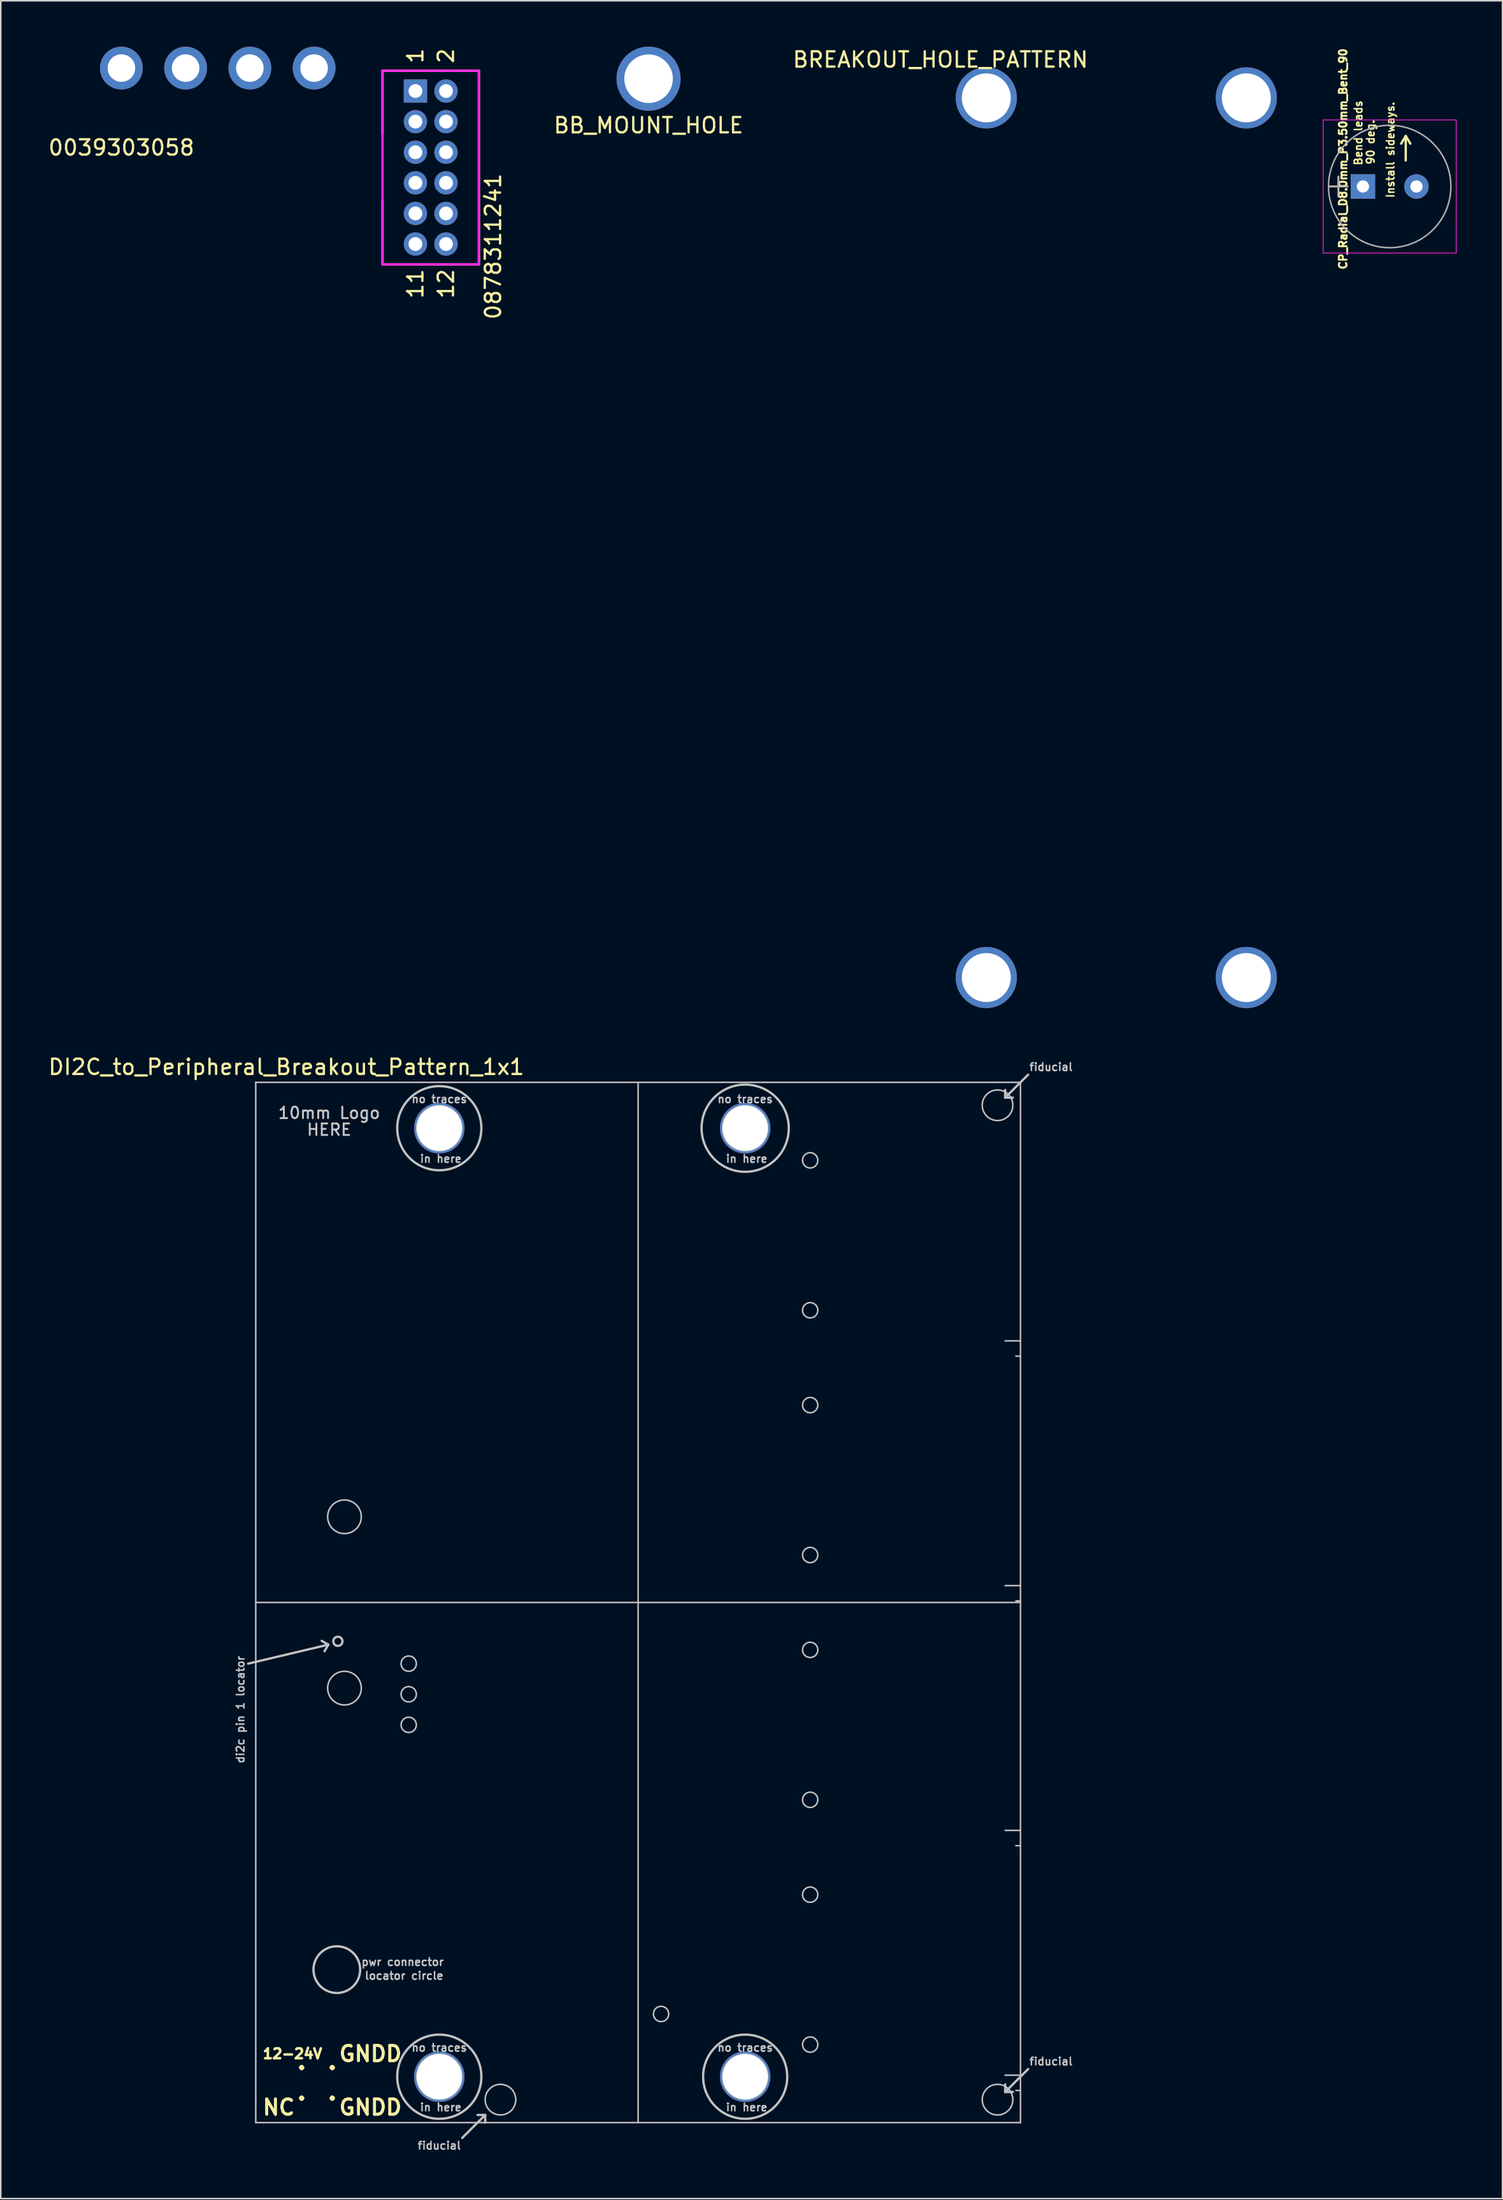
<source format=kicad_pcb>
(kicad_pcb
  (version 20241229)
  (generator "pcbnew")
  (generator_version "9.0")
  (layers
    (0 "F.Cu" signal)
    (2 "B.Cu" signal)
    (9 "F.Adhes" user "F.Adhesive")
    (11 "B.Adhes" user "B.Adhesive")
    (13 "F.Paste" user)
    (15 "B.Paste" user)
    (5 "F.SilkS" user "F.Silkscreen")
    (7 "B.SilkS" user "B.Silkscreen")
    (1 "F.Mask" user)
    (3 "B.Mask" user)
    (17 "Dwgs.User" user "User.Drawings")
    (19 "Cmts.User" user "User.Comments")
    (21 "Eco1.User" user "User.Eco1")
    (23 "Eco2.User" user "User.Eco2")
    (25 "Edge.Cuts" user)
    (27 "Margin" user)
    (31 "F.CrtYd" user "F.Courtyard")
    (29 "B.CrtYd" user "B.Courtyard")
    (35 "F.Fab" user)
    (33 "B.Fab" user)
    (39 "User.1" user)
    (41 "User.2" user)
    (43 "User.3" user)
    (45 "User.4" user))
  (footprint "BREAKOUT_HOLE_PATTERN"
    (layer "F.Cu")
    (at 58.439 0.348)
    (property "Reference" "BREAKOUT_HOLE_PATTERN" (at 0 0.5 0) (layer "F.SilkS") (effects (font (size 1 1) (thickness 0.15))))
    (attr through_hole)
    (pad "" thru_hole circle (at 3 3) (size 4 4) (drill 3.2) (layers "*.Cu" "*.Mask"))
    (pad "" thru_hole circle (at 3 60.5) (size 4 4) (drill 3.2) (layers "*.Cu" "*.Mask"))
    (pad "" thru_hole circle (at 20 3) (size 4 4) (drill 3.2) (layers "*.Cu" "*.Mask"))
    (pad "" thru_hole circle (at 20 60.5) (size 4 4) (drill 3.2) (layers "*.Cu" "*.Mask")))
  (footprint "BB_MOUNT_HOLE"
    (layer "F.Cu")
    (at 39.356 2.095)
    (property "Reference" "BB_MOUNT_HOLE" (at 0 3.048 0) (layer "F.SilkS") (effects (font (size 1 1) (thickness 0.15))))
    (attr through_hole)
    (pad "" thru_hole circle (at 0 0) (size 4.191 4.191) (drill 3.175) (layers "*.Cu" "*.Mask")))
  (footprint "CP_Radial_D8.0mm_P3.50mm_Bent_90"
    (layer "F.Cu")
    (at 86.064 9.14)
    (property "Reference" "CP_Radial_D8.0mm_P3.50mm_Bent_90" (at -1.3 -1.8 90) (layer "F.SilkS") (effects (font (size 0.5 0.5) (thickness 0.125))))
    (attr through_hole)
    (fp_line (start -2.2 0) (end -1 0) (stroke (width 0.12) (type solid)) (layer "F.SilkS"))
    (fp_line (start -1.6 -0.65) (end -1.6 0.65) (stroke (width 0.12) (type solid)) (layer "F.SilkS"))
    (fp_line (start 2.8 -3.3) (end 2.5 -2.8) (stroke (width 0.15) (type solid)) (layer "F.SilkS"))
    (fp_line (start 2.8 -1.7) (end 2.8 -3.3) (stroke (width 0.15) (type solid)) (layer "F.SilkS"))
    (fp_line (start 3.1 -2.8) (end 2.8 -3.3) (stroke (width 0.15) (type solid)) (layer "F.SilkS"))
    (fp_line (start -2.6 -4.35) (end -2.6 4.35) (stroke (width 0.05) (type solid)) (layer "F.CrtYd"))
    (fp_line (start -2.6 4.35) (end 6.1 4.35) (stroke (width 0.05) (type solid)) (layer "F.CrtYd"))
    (fp_line (start 6.1 -4.35) (end -2.6 -4.35) (stroke (width 0.05) (type solid)) (layer "F.CrtYd"))
    (fp_line (start 6.1 4.35) (end 6.1 -4.35) (stroke (width 0.05) (type solid)) (layer "F.CrtYd"))
    (fp_line (start -2.2 0) (end -1 0) (stroke (width 0.1) (type solid)) (layer "F.Fab"))
    (fp_line (start -1.6 -0.65) (end -1.6 0.65) (stroke (width 0.1) (type solid)) (layer "F.Fab"))
    (fp_circle (center 1.75 0) (end 5.75 0) (stroke (width 0.1) (type solid)) (fill no) (layer "F.Fab"))
    (fp_text user "Bend leads" (at -0.3 -3.5 90) (layer "F.SilkS") (effects (font (size 0.5 0.5) (thickness 0.1))))
    (fp_text user "90 deg." (at 0.5 -2.9 90) (layer "F.SilkS") (effects (font (size 0.5 0.5) (thickness 0.1))))
    (fp_text user "Install sideways." (at 1.8 -2.4 90) (layer "F.SilkS") (effects (font (size 0.5 0.5) (thickness 0.1))))
    (pad "1" thru_hole rect (at 0 0) (size 1.6 1.6) (drill 0.8) (layers "*.Cu" "*.Mask"))
    (pad "2" thru_hole circle (at 3.5 0) (size 1.6 1.6) (drill 0.8) (layers "*.Cu" "*.Mask")))
  (footprint "DI2C_to_Peripheral_Breakout_Pattern_1x1"
    (layer "F.Cu")
    (at 13.673 135.696)
    (property "Reference" "DI2C_to_Peripheral_Breakout_Pattern_1x1" (at 2 -69 0) (layer "F.SilkS") (effects (font (size 1 1) (thickness 0.15))))
    (attr through_hole)
    (fp_line (start 0 -68) (end 0 0) (stroke (width 0.1) (type solid)) (layer "Dwgs.User"))
    (fp_line (start 0 -34) (end 50 -34) (stroke (width 0.1) (type solid)) (layer "Dwgs.User"))
    (fp_line (start 0 0) (end 50 0) (stroke (width 0.1) (type solid)) (layer "Dwgs.User"))
    (fp_line (start 4.744 -31.242) (end -0.5 -30) (stroke (width 0.15) (type solid)) (layer "Dwgs.User"))
    (fp_line (start 4.744 -31.242) (end 4.31 -31.492) (stroke (width 0.15) (type solid)) (layer "Dwgs.User"))
    (fp_line (start 4.744 -31.242) (end 4.494 -30.809) (stroke (width 0.15) (type solid)) (layer "Dwgs.User"))
    (fp_line (start 15 -0.5) (end 13.5 1) (stroke (width 0.15) (type solid)) (layer "Dwgs.User"))
    (fp_line (start 15 -0.5) (end 14.5 -0.5) (stroke (width 0.15) (type solid)) (layer "Dwgs.User"))
    (fp_line (start 15 -0.5) (end 15 0) (stroke (width 0.15) (type solid)) (layer "Dwgs.User"))
    (fp_line (start 25 -68) (end 25 0) (stroke (width 0.1) (type solid)) (layer "Dwgs.User"))
    (fp_line (start 49 -67) (end 49 -67.5) (stroke (width 0.15) (type solid)) (layer "Dwgs.User"))
    (fp_line (start 49 -67) (end 49.5 -67) (stroke (width 0.15) (type solid)) (layer "Dwgs.User"))
    (fp_line (start 49 -67) (end 50.5 -68.5) (stroke (width 0.15) (type solid)) (layer "Dwgs.User"))
    (fp_line (start 49 -2) (end 49 -2.5) (stroke (width 0.15) (type solid)) (layer "Dwgs.User"))
    (fp_line (start 49 -2) (end 49.5 -2) (stroke (width 0.15) (type solid)) (layer "Dwgs.User"))
    (fp_line (start 49 -2) (end 50.5 -3.5) (stroke (width 0.15) (type solid)) (layer "Dwgs.User"))
    (fp_line (start 50 -68) (end 0 -68) (stroke (width 0.1) (type solid)) (layer "Dwgs.User"))
    (fp_line (start 50 -51.1) (end 49 -51.1) (stroke (width 0.1) (type solid)) (layer "Dwgs.User"))
    (fp_line (start 50 -50.1) (end 49.7 -50.1) (stroke (width 0.1) (type solid)) (layer "Dwgs.User"))
    (fp_line (start 50 -35.1) (end 49 -35.1) (stroke (width 0.1) (type solid)) (layer "Dwgs.User"))
    (fp_line (start 50 -34.1) (end 49.7 -34.1) (stroke (width 0.1) (type solid)) (layer "Dwgs.User"))
    (fp_line (start 50 -19.1) (end 49 -19.1) (stroke (width 0.1) (type solid)) (layer "Dwgs.User"))
    (fp_line (start 50 -18.1) (end 49.7 -18.1) (stroke (width 0.1) (type solid)) (layer "Dwgs.User"))
    (fp_line (start 50 -3.1) (end 49 -3.1) (stroke (width 0.1) (type solid)) (layer "Dwgs.User"))
    (fp_line (start 50 -2.1) (end 49.7 -2.1) (stroke (width 0.1) (type solid)) (layer "Dwgs.User"))
    (fp_line (start 50 0) (end 50 -68) (stroke (width 0.1) (type solid)) (layer "Dwgs.User"))
    (fp_circle (center 5.3 -10) (end 6.6 -10.8) (stroke (width 0.15) (type solid)) (fill no) (layer "Dwgs.User"))
    (fp_circle (center 5.37 -31.46) (end 5.37 -31.76) (stroke (width 0.15) (type solid)) (fill no) (layer "Dwgs.User"))
    (fp_circle (center 5.8 -39.6) (end 6.9 -39.6) (stroke (width 0.1) (type solid)) (fill no) (layer "Dwgs.User"))
    (fp_circle (center 5.8 -28.4) (end 6.9 -28.4) (stroke (width 0.1) (type solid)) (fill no) (layer "Dwgs.User"))
    (fp_circle (center 10 -30) (end 10 -29.5) (stroke (width 0.1) (type solid)) (fill no) (layer "Dwgs.User"))
    (fp_circle (center 10 -28) (end 10 -27.5) (stroke (width 0.1) (type solid)) (fill no) (layer "Dwgs.User"))
    (fp_circle (center 10 -26) (end 10 -25.5) (stroke (width 0.1) (type solid)) (fill no) (layer "Dwgs.User"))
    (fp_circle (center 12 -65) (end 13.473 -65) (stroke (width 0.1) (type solid)) (fill no) (layer "Dwgs.User"))
    (fp_circle (center 12 -65) (end 14.75 -65) (stroke (width 0.15) (type solid)) (fill no) (layer "Dwgs.User"))
    (fp_circle (center 12 -3) (end 13.473 -3) (stroke (width 0.1) (type solid)) (fill no) (layer "Dwgs.User"))
    (fp_circle (center 12 -3) (end 14.75 -3) (stroke (width 0.15) (type solid)) (fill no) (layer "Dwgs.User"))
    (fp_circle (center 16 -1.5) (end 17 -1.5) (stroke (width 0.1) (type solid)) (fill no) (layer "Dwgs.User"))
    (fp_circle (center 26.5 -7.1) (end 26.5 -6.6) (stroke (width 0.1) (type solid)) (fill no) (layer "Dwgs.User"))
    (fp_circle (center 32 -65) (end 33.473 -65) (stroke (width 0.1) (type solid)) (fill no) (layer "Dwgs.User"))
    (fp_circle (center 32 -65) (end 34.75 -65.75) (stroke (width 0.15) (type solid)) (fill no) (layer "Dwgs.User"))
    (fp_circle (center 32 -3) (end 33.473 -3) (stroke (width 0.1) (type solid)) (fill no) (layer "Dwgs.User"))
    (fp_circle (center 32 -3) (end 34.75 -3) (stroke (width 0.15) (type solid)) (fill no) (layer "Dwgs.User"))
    (fp_circle (center 36.25 -62.9) (end 36.25 -62.4) (stroke (width 0.1) (type solid)) (fill no) (layer "Dwgs.User"))
    (fp_circle (center 36.25 -53.1) (end 36.25 -52.6) (stroke (width 0.1) (type solid)) (fill no) (layer "Dwgs.User"))
    (fp_circle (center 36.25 -46.9) (end 36.25 -46.4) (stroke (width 0.1) (type solid)) (fill no) (layer "Dwgs.User"))
    (fp_circle (center 36.25 -37.1) (end 36.25 -36.6) (stroke (width 0.1) (type solid)) (fill no) (layer "Dwgs.User"))
    (fp_circle (center 36.25 -30.9) (end 36.25 -30.4) (stroke (width 0.1) (type solid)) (fill no) (layer "Dwgs.User"))
    (fp_circle (center 36.25 -21.1) (end 36.25 -20.6) (stroke (width 0.1) (type solid)) (fill no) (layer "Dwgs.User"))
    (fp_circle (center 36.25 -14.9) (end 36.25 -14.4) (stroke (width 0.1) (type solid)) (fill no) (layer "Dwgs.User"))
    (fp_circle (center 36.25 -5.1) (end 36.25 -4.6) (stroke (width 0.1) (type solid)) (fill no) (layer "Dwgs.User"))
    (fp_circle (center 48.5 -66.5) (end 49.5 -66.5) (stroke (width 0.1) (type solid)) (fill no) (layer "Dwgs.User"))
    (fp_circle (center 48.5 -1.5) (end 49.5 -1.5) (stroke (width 0.1) (type solid)) (fill no) (layer "Dwgs.User"))
    (fp_text user "." (at 3 -4 0) (layer "F.SilkS") (effects (font (size 1 1) (thickness 0.25))))
    (fp_text user "GNDD" (at 7.5 -1 0) (layer "F.SilkS") (effects (font (size 1 1) (thickness 0.2))))
    (fp_text user "." (at 5 -2 0) (layer "F.SilkS") (effects (font (size 1 1) (thickness 0.25))))
    (fp_text user "." (at 3 -2 0) (layer "F.SilkS") (effects (font (size 1 1) (thickness 0.25))))
    (fp_text user "NC" (at 1.5 -1 0) (layer "F.SilkS") (effects (font (size 1 1) (thickness 0.2))))
    (fp_text user "GNDD" (at 7.5 -4.5 0) (layer "F.SilkS") (effects (font (size 1 1) (thickness 0.2))))
    (fp_text user "." (at 5 -4 0) (layer "F.SilkS") (effects (font (size 1 1) (thickness 0.25))))
    (fp_text user "12-24V" (at 2.4 -4.5 0) (layer "F.SilkS") (effects (font (size 0.65 0.65) (thickness 0.163))))
    (fp_text user "10mm Logo" (at 4.8 -66 0) (layer "Dwgs.User") (effects (font (size 0.75 0.75) (thickness 0.125))))
    (fp_text user "di2c pin 1 locator" (at -1 -27 90) (layer "Dwgs.User") (effects (font (size 0.5 0.5) (thickness 0.1))))
    (fp_text user "in here" (at 12.1 -1 0) (layer "Dwgs.User") (effects (font (size 0.5 0.5) (thickness 0.1))))
    (fp_text user "fiducial" (at 52 -4 0) (layer "Dwgs.User") (effects (font (size 0.5 0.5) (thickness 0.1))))
    (fp_text user "in here" (at 12.1 -63 0) (layer "Dwgs.User") (effects (font (size 0.5 0.5) (thickness 0.1))))
    (fp_text user "locator circle" (at 9.7 -9.6 0) (layer "Dwgs.User") (effects (font (size 0.5 0.5) (thickness 0.1))))
    (fp_text user "in here" (at 32.1 -1 0) (layer "Dwgs.User") (effects (font (size 0.5 0.5) (thickness 0.1))))
    (fp_text user "pwr connector" (at 9.6 -10.5 0) (layer "Dwgs.User") (effects (font (size 0.5 0.5) (thickness 0.1))))
    (fp_text user "no traces" (at 32 -66.9 0) (layer "Dwgs.User") (effects (font (size 0.5 0.5) (thickness 0.1))))
    (fp_text user "HERE" (at 4.8 -64.9 0) (layer "Dwgs.User") (effects (font (size 0.75 0.75) (thickness 0.125))))
    (fp_text user "in here" (at 32.1 -63 0) (layer "Dwgs.User") (effects (font (size 0.5 0.5) (thickness 0.1))))
    (fp_text user "fiducial" (at 12 1.5 180) (layer "Dwgs.User") (effects (font (size 0.5 0.5) (thickness 0.1))))
    (fp_text user "no traces" (at 32 -4.9 0) (layer "Dwgs.User") (effects (font (size 0.5 0.5) (thickness 0.1))))
    (fp_text user "fiducial" (at 52 -69 0) (layer "Dwgs.User") (effects (font (size 0.5 0.5) (thickness 0.1))))
    (fp_text user "no traces" (at 12 -66.9 0) (layer "Dwgs.User") (effects (font (size 0.5 0.5) (thickness 0.1))))
    (fp_text user "no traces" (at 12 -4.9 0) (layer "Dwgs.User") (effects (font (size 0.5 0.5) (thickness 0.1))))
    (pad "" np_thru_hole circle (at 12 -65) (size 3.302 3.302) (drill 2.946) (layers "*.Cu"))
    (pad "" np_thru_hole circle (at 12 -3) (size 3.302 3.302) (drill 2.946) (layers "*.Cu"))
    (pad "" np_thru_hole circle (at 32 -65) (size 3.302 3.302) (drill 2.946) (layers "*.Cu"))
    (pad "" np_thru_hole circle (at 32 -3) (size 3.302 3.302) (drill 2.946) (layers "*.Cu")))
  (footprint "0878311241"
    (layer "F.Cu")
    (at 25.112 7.901)
    (property "Reference" "0878311241" (at 4.08 5.16 270) (layer "F.SilkS") (effects (font (size 1 1) (thickness 0.15))))
    (attr smd)
    (fp_line (start -3.15 -6.325) (end -3.15 -2.162) (stroke (width 0.15) (type solid)) (layer "F.SilkS"))
    (fp_line (start -3.15 -6.325) (end 3.15 -6.325) (stroke (width 0.15) (type solid)) (layer "F.SilkS"))
    (fp_line (start -3.15 6.325) (end -3.15 2.162) (stroke (width 0.15) (type solid)) (layer "F.SilkS"))
    (fp_line (start 3.15 -6.325) (end 3.15 6.325) (stroke (width 0.15) (type solid)) (layer "F.SilkS"))
    (fp_line (start 3.15 6.325) (end -3.15 6.325) (stroke (width 0.15) (type solid)) (layer "F.SilkS"))
    (fp_line (start -3.15 -6.325) (end 3.15 -6.325) (stroke (width 0.15) (type solid)) (layer "F.CrtYd"))
    (fp_line (start -3.15 6.325) (end -3.15 -6.325) (stroke (width 0.15) (type solid)) (layer "F.CrtYd"))
    (fp_line (start 3.15 -6.325) (end 3.15 6.325) (stroke (width 0.15) (type solid)) (layer "F.CrtYd"))
    (fp_line (start 3.15 6.325) (end -3.15 6.325) (stroke (width 0.15) (type solid)) (layer "F.CrtYd"))
    (fp_text user "2" (at 1 -7.3 90) (layer "F.SilkS") (effects (font (size 1 1) (thickness 0.15))))
    (fp_text user "1" (at -1 -7.3 270) (layer "F.SilkS") (effects (font (size 1 1) (thickness 0.15))))
    (fp_text user "11" (at -1 7.6 90) (layer "F.SilkS") (effects (font (size 1 1) (thickness 0.15))))
    (fp_text user "12" (at 1 7.6 270) (layer "F.SilkS") (effects (font (size 1 1) (thickness 0.15))))
    (pad "1" thru_hole rect (at -1 -5 270) (size 1.524 1.524) (drill 0.9) (layers "*.Cu" "*.Mask"))
    (pad "2" thru_hole circle (at 1 -5 270) (size 1.524 1.524) (drill 0.9) (layers "*.Cu" "*.Mask"))
    (pad "3" thru_hole circle (at -1 -3 270) (size 1.524 1.524) (drill 0.9) (layers "*.Cu" "*.Mask"))
    (pad "4" thru_hole circle (at 1 -3 270) (size 1.524 1.524) (drill 0.9) (layers "*.Cu" "*.Mask"))
    (pad "5" thru_hole circle (at -1 -1 270) (size 1.524 1.524) (drill 0.9) (layers "*.Cu" "*.Mask"))
    (pad "6" thru_hole circle (at 1 -1 270) (size 1.524 1.524) (drill 0.9) (layers "*.Cu" "*.Mask"))
    (pad "7" thru_hole circle (at -1 1 270) (size 1.524 1.524) (drill 0.9) (layers "*.Cu" "*.Mask"))
    (pad "8" thru_hole circle (at 1 1 270) (size 1.524 1.524) (drill 0.9) (layers "*.Cu" "*.Mask"))
    (pad "9" thru_hole circle (at -1 3 270) (size 1.524 1.524) (drill 0.9) (layers "*.Cu" "*.Mask"))
    (pad "10" thru_hole circle (at 1 3 270) (size 1.524 1.524) (drill 0.9) (layers "*.Cu" "*.Mask"))
    (pad "11" thru_hole circle (at -1 5 270) (size 1.524 1.524) (drill 0.9) (layers "*.Cu" "*.Mask"))
    (pad "12" thru_hole circle (at 1 5 270) (size 1.524 1.524) (drill 0.9) (layers "*.Cu" "*.Mask")))
  (footprint "0039303058"
    (layer "F.Cu")
    (at 4.887 1.4)
    (property "Reference" "0039303058" (at 0 5.2 0) (layer "F.SilkS") (effects (font (size 1 1) (thickness 0.15))))
    (attr through_hole)
    (pad "1" thru_hole circle (at 12.6 0) (size 2.8 2.8) (drill 1.8) (layers "*.Cu" "*.Mask"))
    (pad "2" thru_hole circle (at 8.4 0) (size 2.8 2.8) (drill 1.8) (layers "*.Cu" "*.Mask"))
    (pad "3" thru_hole circle (at 4.2 0) (size 2.8 2.8) (drill 1.8) (layers "*.Cu" "*.Mask"))
    (pad "4" thru_hole circle (at 0 0) (size 2.8 2.8) (drill 1.8) (layers "*.Cu" "*.Mask")))
  (gr_rect
    (start -3 -3)
    (end 95.189 140.665)
    (stroke (width 0.1) (type default))
    (fill no)
    (layer "Edge.Cuts")))
</source>
